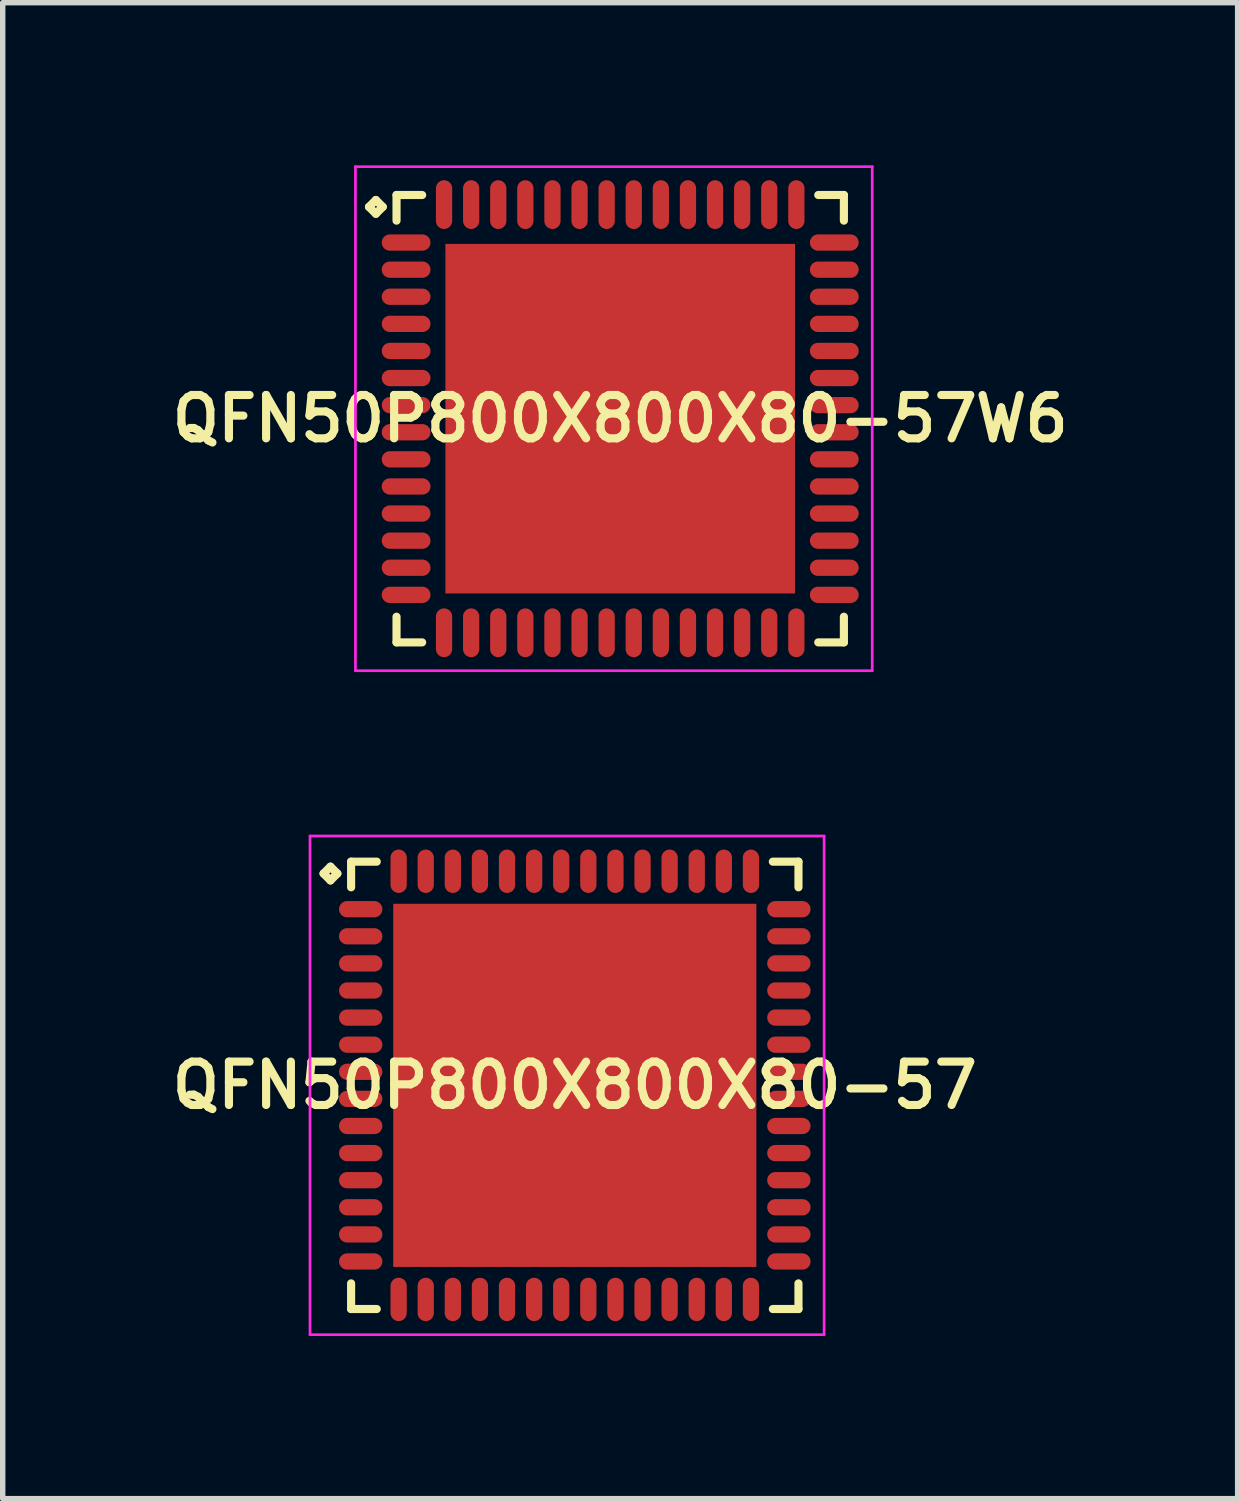
<source format=kicad_pcb>
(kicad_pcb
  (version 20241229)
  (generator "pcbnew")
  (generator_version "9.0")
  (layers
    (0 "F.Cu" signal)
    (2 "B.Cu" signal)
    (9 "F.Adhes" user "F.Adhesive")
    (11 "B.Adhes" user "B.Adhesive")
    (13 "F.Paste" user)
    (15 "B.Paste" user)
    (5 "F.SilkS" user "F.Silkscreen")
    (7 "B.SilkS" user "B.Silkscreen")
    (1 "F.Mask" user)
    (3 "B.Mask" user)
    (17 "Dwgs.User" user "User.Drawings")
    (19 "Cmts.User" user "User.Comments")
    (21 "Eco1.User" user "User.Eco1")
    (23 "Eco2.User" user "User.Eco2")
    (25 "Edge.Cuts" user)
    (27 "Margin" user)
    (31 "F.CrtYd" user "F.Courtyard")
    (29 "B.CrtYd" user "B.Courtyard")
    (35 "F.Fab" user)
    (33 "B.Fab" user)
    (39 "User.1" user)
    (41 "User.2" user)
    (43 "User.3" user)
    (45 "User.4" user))
  (footprint "QFN50P800X800X80-57W6"
    (layer "F.Cu")
    (at 8.393 4.675)
    (property "Reference" "QFN50P800X800X80-57W6" (at 0 0 0) (layer "F.SilkS") (effects (font (size 0.8 0.8) (thickness 0.15))))
    (attr smd)
    (fp_line (start -4.635 -3.908) (end -4.508 -4.035) (stroke (width 0.15) (type solid)) (layer "F.SilkS"))
    (fp_line (start -4.508 -4.035) (end -4.381 -3.908) (stroke (width 0.15) (type solid)) (layer "F.SilkS"))
    (fp_line (start -4.508 -3.781) (end -4.635 -3.908) (stroke (width 0.15) (type solid)) (layer "F.SilkS"))
    (fp_line (start -4.381 -3.908) (end -4.508 -3.781) (stroke (width 0.15) (type solid)) (layer "F.SilkS"))
    (fp_line (start -4.127 -4.127) (end -3.654 -4.127) (stroke (width 0.15) (type solid)) (layer "F.SilkS"))
    (fp_line (start -4.127 -3.654) (end -4.127 -4.127) (stroke (width 0.15) (type solid)) (layer "F.SilkS"))
    (fp_line (start -4.127 3.654) (end -4.127 4.127) (stroke (width 0.15) (type solid)) (layer "F.SilkS"))
    (fp_line (start -4.127 4.127) (end -3.654 4.127) (stroke (width 0.15) (type solid)) (layer "F.SilkS"))
    (fp_line (start 3.654 -4.127) (end 4.127 -4.127) (stroke (width 0.15) (type solid)) (layer "F.SilkS"))
    (fp_line (start 3.654 4.127) (end 4.127 4.127) (stroke (width 0.15) (type solid)) (layer "F.SilkS"))
    (fp_line (start 4.127 -4.127) (end 4.127 -3.654) (stroke (width 0.15) (type solid)) (layer "F.SilkS"))
    (fp_line (start 4.127 4.127) (end 4.127 3.654) (stroke (width 0.15) (type solid)) (layer "F.SilkS"))
    (fp_line (start -4.885 -4.65) (end 4.65 -4.65) (stroke (width 0.05) (type solid)) (layer "F.CrtYd"))
    (fp_line (start -4.885 4.65) (end -4.885 -4.65) (stroke (width 0.05) (type solid)) (layer "F.CrtYd"))
    (fp_line (start 4.65 -4.65) (end 4.65 4.65) (stroke (width 0.05) (type solid)) (layer "F.CrtYd"))
    (fp_line (start 4.65 4.65) (end -4.885 4.65) (stroke (width 0.05) (type solid)) (layer "F.CrtYd"))
    (pad "1" smd oval (at -3.95 -3.25) (size 0.9 0.3) (layers "F.Cu" "F.Mask" "F.Paste"))
    (pad "2" smd oval (at -3.95 -2.75) (size 0.9 0.3) (layers "F.Cu" "F.Mask" "F.Paste"))
    (pad "3" smd oval (at -3.95 -2.25) (size 0.9 0.3) (layers "F.Cu" "F.Mask" "F.Paste"))
    (pad "4" smd oval (at -3.95 -1.75) (size 0.9 0.3) (layers "F.Cu" "F.Mask" "F.Paste"))
    (pad "5" smd oval (at -3.95 -1.25) (size 0.9 0.3) (layers "F.Cu" "F.Mask" "F.Paste"))
    (pad "6" smd oval (at -3.95 -0.75) (size 0.9 0.3) (layers "F.Cu" "F.Mask" "F.Paste"))
    (pad "7" smd oval (at -3.95 -0.25) (size 0.9 0.3) (layers "F.Cu" "F.Mask" "F.Paste"))
    (pad "8" smd oval (at -3.95 0.25) (size 0.9 0.3) (layers "F.Cu" "F.Mask" "F.Paste"))
    (pad "9" smd oval (at -3.95 0.75) (size 0.9 0.3) (layers "F.Cu" "F.Mask" "F.Paste"))
    (pad "10" smd oval (at -3.95 1.25) (size 0.9 0.3) (layers "F.Cu" "F.Mask" "F.Paste"))
    (pad "11" smd oval (at -3.95 1.75) (size 0.9 0.3) (layers "F.Cu" "F.Mask" "F.Paste"))
    (pad "12" smd oval (at -3.95 2.25) (size 0.9 0.3) (layers "F.Cu" "F.Mask" "F.Paste"))
    (pad "13" smd oval (at -3.95 2.75) (size 0.9 0.3) (layers "F.Cu" "F.Mask" "F.Paste"))
    (pad "14" smd oval (at -3.95 3.25) (size 0.9 0.3) (layers "F.Cu" "F.Mask" "F.Paste"))
    (pad "15" smd oval (at -3.25 3.95) (size 0.3 0.9) (layers "F.Cu" "F.Mask" "F.Paste"))
    (pad "16" smd oval (at -2.75 3.95) (size 0.3 0.9) (layers "F.Cu" "F.Mask" "F.Paste"))
    (pad "17" smd oval (at -2.25 3.95) (size 0.3 0.9) (layers "F.Cu" "F.Mask" "F.Paste"))
    (pad "18" smd oval (at -1.75 3.95) (size 0.3 0.9) (layers "F.Cu" "F.Mask" "F.Paste"))
    (pad "19" smd oval (at -1.25 3.95) (size 0.3 0.9) (layers "F.Cu" "F.Mask" "F.Paste"))
    (pad "20" smd oval (at -0.75 3.95) (size 0.3 0.9) (layers "F.Cu" "F.Mask" "F.Paste"))
    (pad "21" smd oval (at -0.25 3.95) (size 0.3 0.9) (layers "F.Cu" "F.Mask" "F.Paste"))
    (pad "22" smd oval (at 0.25 3.95) (size 0.3 0.9) (layers "F.Cu" "F.Mask" "F.Paste"))
    (pad "23" smd oval (at 0.75 3.95) (size 0.3 0.9) (layers "F.Cu" "F.Mask" "F.Paste"))
    (pad "24" smd oval (at 1.25 3.95) (size 0.3 0.9) (layers "F.Cu" "F.Mask" "F.Paste"))
    (pad "25" smd oval (at 1.75 3.95) (size 0.3 0.9) (layers "F.Cu" "F.Mask" "F.Paste"))
    (pad "26" smd oval (at 2.25 3.95) (size 0.3 0.9) (layers "F.Cu" "F.Mask" "F.Paste"))
    (pad "27" smd oval (at 2.75 3.95) (size 0.3 0.9) (layers "F.Cu" "F.Mask" "F.Paste"))
    (pad "28" smd oval (at 3.25 3.95) (size 0.3 0.9) (layers "F.Cu" "F.Mask" "F.Paste"))
    (pad "29" smd oval (at 3.95 3.25) (size 0.9 0.3) (layers "F.Cu" "F.Mask" "F.Paste"))
    (pad "30" smd oval (at 3.95 2.75) (size 0.9 0.3) (layers "F.Cu" "F.Mask" "F.Paste"))
    (pad "31" smd oval (at 3.95 2.25) (size 0.9 0.3) (layers "F.Cu" "F.Mask" "F.Paste"))
    (pad "32" smd oval (at 3.95 1.75) (size 0.9 0.3) (layers "F.Cu" "F.Mask" "F.Paste"))
    (pad "33" smd oval (at 3.95 1.25) (size 0.9 0.3) (layers "F.Cu" "F.Mask" "F.Paste"))
    (pad "34" smd oval (at 3.95 0.75) (size 0.9 0.3) (layers "F.Cu" "F.Mask" "F.Paste"))
    (pad "35" smd oval (at 3.95 0.25) (size 0.9 0.3) (layers "F.Cu" "F.Mask" "F.Paste"))
    (pad "36" smd oval (at 3.95 -0.25) (size 0.9 0.3) (layers "F.Cu" "F.Mask" "F.Paste"))
    (pad "37" smd oval (at 3.95 -0.75) (size 0.9 0.3) (layers "F.Cu" "F.Mask" "F.Paste"))
    (pad "38" smd oval (at 3.95 -1.25) (size 0.9 0.3) (layers "F.Cu" "F.Mask" "F.Paste"))
    (pad "39" smd oval (at 3.95 -1.75) (size 0.9 0.3) (layers "F.Cu" "F.Mask" "F.Paste"))
    (pad "40" smd oval (at 3.95 -2.25) (size 0.9 0.3) (layers "F.Cu" "F.Mask" "F.Paste"))
    (pad "41" smd oval (at 3.95 -2.75) (size 0.9 0.3) (layers "F.Cu" "F.Mask" "F.Paste"))
    (pad "42" smd oval (at 3.95 -3.25) (size 0.9 0.3) (layers "F.Cu" "F.Mask" "F.Paste"))
    (pad "43" smd oval (at 3.25 -3.95) (size 0.3 0.9) (layers "F.Cu" "F.Mask" "F.Paste"))
    (pad "44" smd oval (at 2.75 -3.95) (size 0.3 0.9) (layers "F.Cu" "F.Mask" "F.Paste"))
    (pad "45" smd oval (at 2.25 -3.95) (size 0.3 0.9) (layers "F.Cu" "F.Mask" "F.Paste"))
    (pad "46" smd oval (at 1.75 -3.95) (size 0.3 0.9) (layers "F.Cu" "F.Mask" "F.Paste"))
    (pad "47" smd oval (at 1.25 -3.95) (size 0.3 0.9) (layers "F.Cu" "F.Mask" "F.Paste"))
    (pad "48" smd oval (at 0.75 -3.95) (size 0.3 0.9) (layers "F.Cu" "F.Mask" "F.Paste"))
    (pad "49" smd oval (at 0.25 -3.95) (size 0.3 0.9) (layers "F.Cu" "F.Mask" "F.Paste"))
    (pad "50" smd oval (at -0.25 -3.95) (size 0.3 0.9) (layers "F.Cu" "F.Mask" "F.Paste"))
    (pad "51" smd oval (at -0.75 -3.95) (size 0.3 0.9) (layers "F.Cu" "F.Mask" "F.Paste"))
    (pad "52" smd oval (at -1.25 -3.95) (size 0.3 0.9) (layers "F.Cu" "F.Mask" "F.Paste"))
    (pad "53" smd oval (at -1.75 -3.95) (size 0.3 0.9) (layers "F.Cu" "F.Mask" "F.Paste"))
    (pad "54" smd oval (at -2.25 -3.95) (size 0.3 0.9) (layers "F.Cu" "F.Mask" "F.Paste"))
    (pad "55" smd oval (at -2.75 -3.95) (size 0.3 0.9) (layers "F.Cu" "F.Mask" "F.Paste"))
    (pad "56" smd oval (at -3.25 -3.95) (size 0.3 0.9) (layers "F.Cu" "F.Mask" "F.Paste"))
    (pad "57" smd rect (at 0 0) (size 6.45 6.45) (layers "F.Cu" "F.Mask" "F.Paste")))
  (footprint "QFN50P800X800X80-57"
    (layer "F.Cu")
    (at 7.555 16.975)
    (property "Reference" "QFN50P800X800X80-57" (at 0 0 0) (layer "F.SilkS") (effects (font (size 0.8 0.8) (thickness 0.15))))
    (attr smd)
    (fp_line (start -4.635 -3.908) (end -4.508 -4.035) (stroke (width 0.15) (type solid)) (layer "F.SilkS"))
    (fp_line (start -4.508 -4.035) (end -4.381 -3.908) (stroke (width 0.15) (type solid)) (layer "F.SilkS"))
    (fp_line (start -4.508 -3.781) (end -4.635 -3.908) (stroke (width 0.15) (type solid)) (layer "F.SilkS"))
    (fp_line (start -4.381 -3.908) (end -4.508 -3.781) (stroke (width 0.15) (type solid)) (layer "F.SilkS"))
    (fp_line (start -4.127 -4.127) (end -3.654 -4.127) (stroke (width 0.15) (type solid)) (layer "F.SilkS"))
    (fp_line (start -4.127 -3.654) (end -4.127 -4.127) (stroke (width 0.15) (type solid)) (layer "F.SilkS"))
    (fp_line (start -4.127 3.654) (end -4.127 4.127) (stroke (width 0.15) (type solid)) (layer "F.SilkS"))
    (fp_line (start -4.127 4.127) (end -3.654 4.127) (stroke (width 0.15) (type solid)) (layer "F.SilkS"))
    (fp_line (start 3.654 -4.127) (end 4.127 -4.127) (stroke (width 0.15) (type solid)) (layer "F.SilkS"))
    (fp_line (start 3.654 4.127) (end 4.127 4.127) (stroke (width 0.15) (type solid)) (layer "F.SilkS"))
    (fp_line (start 4.127 -4.127) (end 4.127 -3.654) (stroke (width 0.15) (type solid)) (layer "F.SilkS"))
    (fp_line (start 4.127 4.127) (end 4.127 3.654) (stroke (width 0.15) (type solid)) (layer "F.SilkS"))
    (fp_line (start -4.885 -4.6) (end 4.6 -4.6) (stroke (width 0.05) (type solid)) (layer "F.CrtYd"))
    (fp_line (start -4.885 4.6) (end -4.885 -4.6) (stroke (width 0.05) (type solid)) (layer "F.CrtYd"))
    (fp_line (start 4.6 -4.6) (end 4.6 4.6) (stroke (width 0.05) (type solid)) (layer "F.CrtYd"))
    (fp_line (start 4.6 4.6) (end -4.885 4.6) (stroke (width 0.05) (type solid)) (layer "F.CrtYd"))
    (pad "1" smd oval (at -3.95 -3.25) (size 0.8 0.3) (layers "F.Cu" "F.Mask" "F.Paste"))
    (pad "2" smd oval (at -3.95 -2.75) (size 0.8 0.3) (layers "F.Cu" "F.Mask" "F.Paste"))
    (pad "3" smd oval (at -3.95 -2.25) (size 0.8 0.3) (layers "F.Cu" "F.Mask" "F.Paste"))
    (pad "4" smd oval (at -3.95 -1.75) (size 0.8 0.3) (layers "F.Cu" "F.Mask" "F.Paste"))
    (pad "5" smd oval (at -3.95 -1.25) (size 0.8 0.3) (layers "F.Cu" "F.Mask" "F.Paste"))
    (pad "6" smd oval (at -3.95 -0.75) (size 0.8 0.3) (layers "F.Cu" "F.Mask" "F.Paste"))
    (pad "7" smd oval (at -3.95 -0.25) (size 0.8 0.3) (layers "F.Cu" "F.Mask" "F.Paste"))
    (pad "8" smd oval (at -3.95 0.25) (size 0.8 0.3) (layers "F.Cu" "F.Mask" "F.Paste"))
    (pad "9" smd oval (at -3.95 0.75) (size 0.8 0.3) (layers "F.Cu" "F.Mask" "F.Paste"))
    (pad "10" smd oval (at -3.95 1.25) (size 0.8 0.3) (layers "F.Cu" "F.Mask" "F.Paste"))
    (pad "11" smd oval (at -3.95 1.75) (size 0.8 0.3) (layers "F.Cu" "F.Mask" "F.Paste"))
    (pad "12" smd oval (at -3.95 2.25) (size 0.8 0.3) (layers "F.Cu" "F.Mask" "F.Paste"))
    (pad "13" smd oval (at -3.95 2.75) (size 0.8 0.3) (layers "F.Cu" "F.Mask" "F.Paste"))
    (pad "14" smd oval (at -3.95 3.25) (size 0.8 0.3) (layers "F.Cu" "F.Mask" "F.Paste"))
    (pad "15" smd oval (at -3.25 3.95) (size 0.3 0.8) (layers "F.Cu" "F.Mask" "F.Paste"))
    (pad "16" smd oval (at -2.75 3.95) (size 0.3 0.8) (layers "F.Cu" "F.Mask" "F.Paste"))
    (pad "17" smd oval (at -2.25 3.95) (size 0.3 0.8) (layers "F.Cu" "F.Mask" "F.Paste"))
    (pad "18" smd oval (at -1.75 3.95) (size 0.3 0.8) (layers "F.Cu" "F.Mask" "F.Paste"))
    (pad "19" smd oval (at -1.25 3.95) (size 0.3 0.8) (layers "F.Cu" "F.Mask" "F.Paste"))
    (pad "20" smd oval (at -0.75 3.95) (size 0.3 0.8) (layers "F.Cu" "F.Mask" "F.Paste"))
    (pad "21" smd oval (at -0.25 3.95) (size 0.3 0.8) (layers "F.Cu" "F.Mask" "F.Paste"))
    (pad "22" smd oval (at 0.25 3.95) (size 0.3 0.8) (layers "F.Cu" "F.Mask" "F.Paste"))
    (pad "23" smd oval (at 0.75 3.95) (size 0.3 0.8) (layers "F.Cu" "F.Mask" "F.Paste"))
    (pad "24" smd oval (at 1.25 3.95) (size 0.3 0.8) (layers "F.Cu" "F.Mask" "F.Paste"))
    (pad "25" smd oval (at 1.75 3.95) (size 0.3 0.8) (layers "F.Cu" "F.Mask" "F.Paste"))
    (pad "26" smd oval (at 2.25 3.95) (size 0.3 0.8) (layers "F.Cu" "F.Mask" "F.Paste"))
    (pad "27" smd oval (at 2.75 3.95) (size 0.3 0.8) (layers "F.Cu" "F.Mask" "F.Paste"))
    (pad "28" smd oval (at 3.25 3.95) (size 0.3 0.8) (layers "F.Cu" "F.Mask" "F.Paste"))
    (pad "29" smd oval (at 3.95 3.25) (size 0.8 0.3) (layers "F.Cu" "F.Mask" "F.Paste"))
    (pad "30" smd oval (at 3.95 2.75) (size 0.8 0.3) (layers "F.Cu" "F.Mask" "F.Paste"))
    (pad "31" smd oval (at 3.95 2.25) (size 0.8 0.3) (layers "F.Cu" "F.Mask" "F.Paste"))
    (pad "32" smd oval (at 3.95 1.75) (size 0.8 0.3) (layers "F.Cu" "F.Mask" "F.Paste"))
    (pad "33" smd oval (at 3.95 1.25) (size 0.8 0.3) (layers "F.Cu" "F.Mask" "F.Paste"))
    (pad "34" smd oval (at 3.95 0.75) (size 0.8 0.3) (layers "F.Cu" "F.Mask" "F.Paste"))
    (pad "35" smd oval (at 3.95 0.25) (size 0.8 0.3) (layers "F.Cu" "F.Mask" "F.Paste"))
    (pad "36" smd oval (at 3.95 -0.25) (size 0.8 0.3) (layers "F.Cu" "F.Mask" "F.Paste"))
    (pad "37" smd oval (at 3.95 -0.75) (size 0.8 0.3) (layers "F.Cu" "F.Mask" "F.Paste"))
    (pad "38" smd oval (at 3.95 -1.25) (size 0.8 0.3) (layers "F.Cu" "F.Mask" "F.Paste"))
    (pad "39" smd oval (at 3.95 -1.75) (size 0.8 0.3) (layers "F.Cu" "F.Mask" "F.Paste"))
    (pad "40" smd oval (at 3.95 -2.25) (size 0.8 0.3) (layers "F.Cu" "F.Mask" "F.Paste"))
    (pad "41" smd oval (at 3.95 -2.75) (size 0.8 0.3) (layers "F.Cu" "F.Mask" "F.Paste"))
    (pad "42" smd oval (at 3.95 -3.25) (size 0.8 0.3) (layers "F.Cu" "F.Mask" "F.Paste"))
    (pad "43" smd oval (at 3.25 -3.95) (size 0.3 0.8) (layers "F.Cu" "F.Mask" "F.Paste"))
    (pad "44" smd oval (at 2.75 -3.95) (size 0.3 0.8) (layers "F.Cu" "F.Mask" "F.Paste"))
    (pad "45" smd oval (at 2.25 -3.95) (size 0.3 0.8) (layers "F.Cu" "F.Mask" "F.Paste"))
    (pad "46" smd oval (at 1.75 -3.95) (size 0.3 0.8) (layers "F.Cu" "F.Mask" "F.Paste"))
    (pad "47" smd oval (at 1.25 -3.95) (size 0.3 0.8) (layers "F.Cu" "F.Mask" "F.Paste"))
    (pad "48" smd oval (at 0.75 -3.95) (size 0.3 0.8) (layers "F.Cu" "F.Mask" "F.Paste"))
    (pad "49" smd oval (at 0.25 -3.95) (size 0.3 0.8) (layers "F.Cu" "F.Mask" "F.Paste"))
    (pad "50" smd oval (at -0.25 -3.95) (size 0.3 0.8) (layers "F.Cu" "F.Mask" "F.Paste"))
    (pad "51" smd oval (at -0.75 -3.95) (size 0.3 0.8) (layers "F.Cu" "F.Mask" "F.Paste"))
    (pad "52" smd oval (at -1.25 -3.95) (size 0.3 0.8) (layers "F.Cu" "F.Mask" "F.Paste"))
    (pad "53" smd oval (at -1.75 -3.95) (size 0.3 0.8) (layers "F.Cu" "F.Mask" "F.Paste"))
    (pad "54" smd oval (at -2.25 -3.95) (size 0.3 0.8) (layers "F.Cu" "F.Mask" "F.Paste"))
    (pad "55" smd oval (at -2.75 -3.95) (size 0.3 0.8) (layers "F.Cu" "F.Mask" "F.Paste"))
    (pad "56" smd oval (at -3.25 -3.95) (size 0.3 0.8) (layers "F.Cu" "F.Mask" "F.Paste"))
    (pad "57" smd rect (at 0 0) (size 6.7 6.7) (layers "F.Cu" "F.Mask" "F.Paste")))
  (gr_rect
    (start -3 -3)
    (end 19.785 24.6)
    (stroke (width 0.1) (type default))
    (fill no)
    (layer "Edge.Cuts")))
</source>
